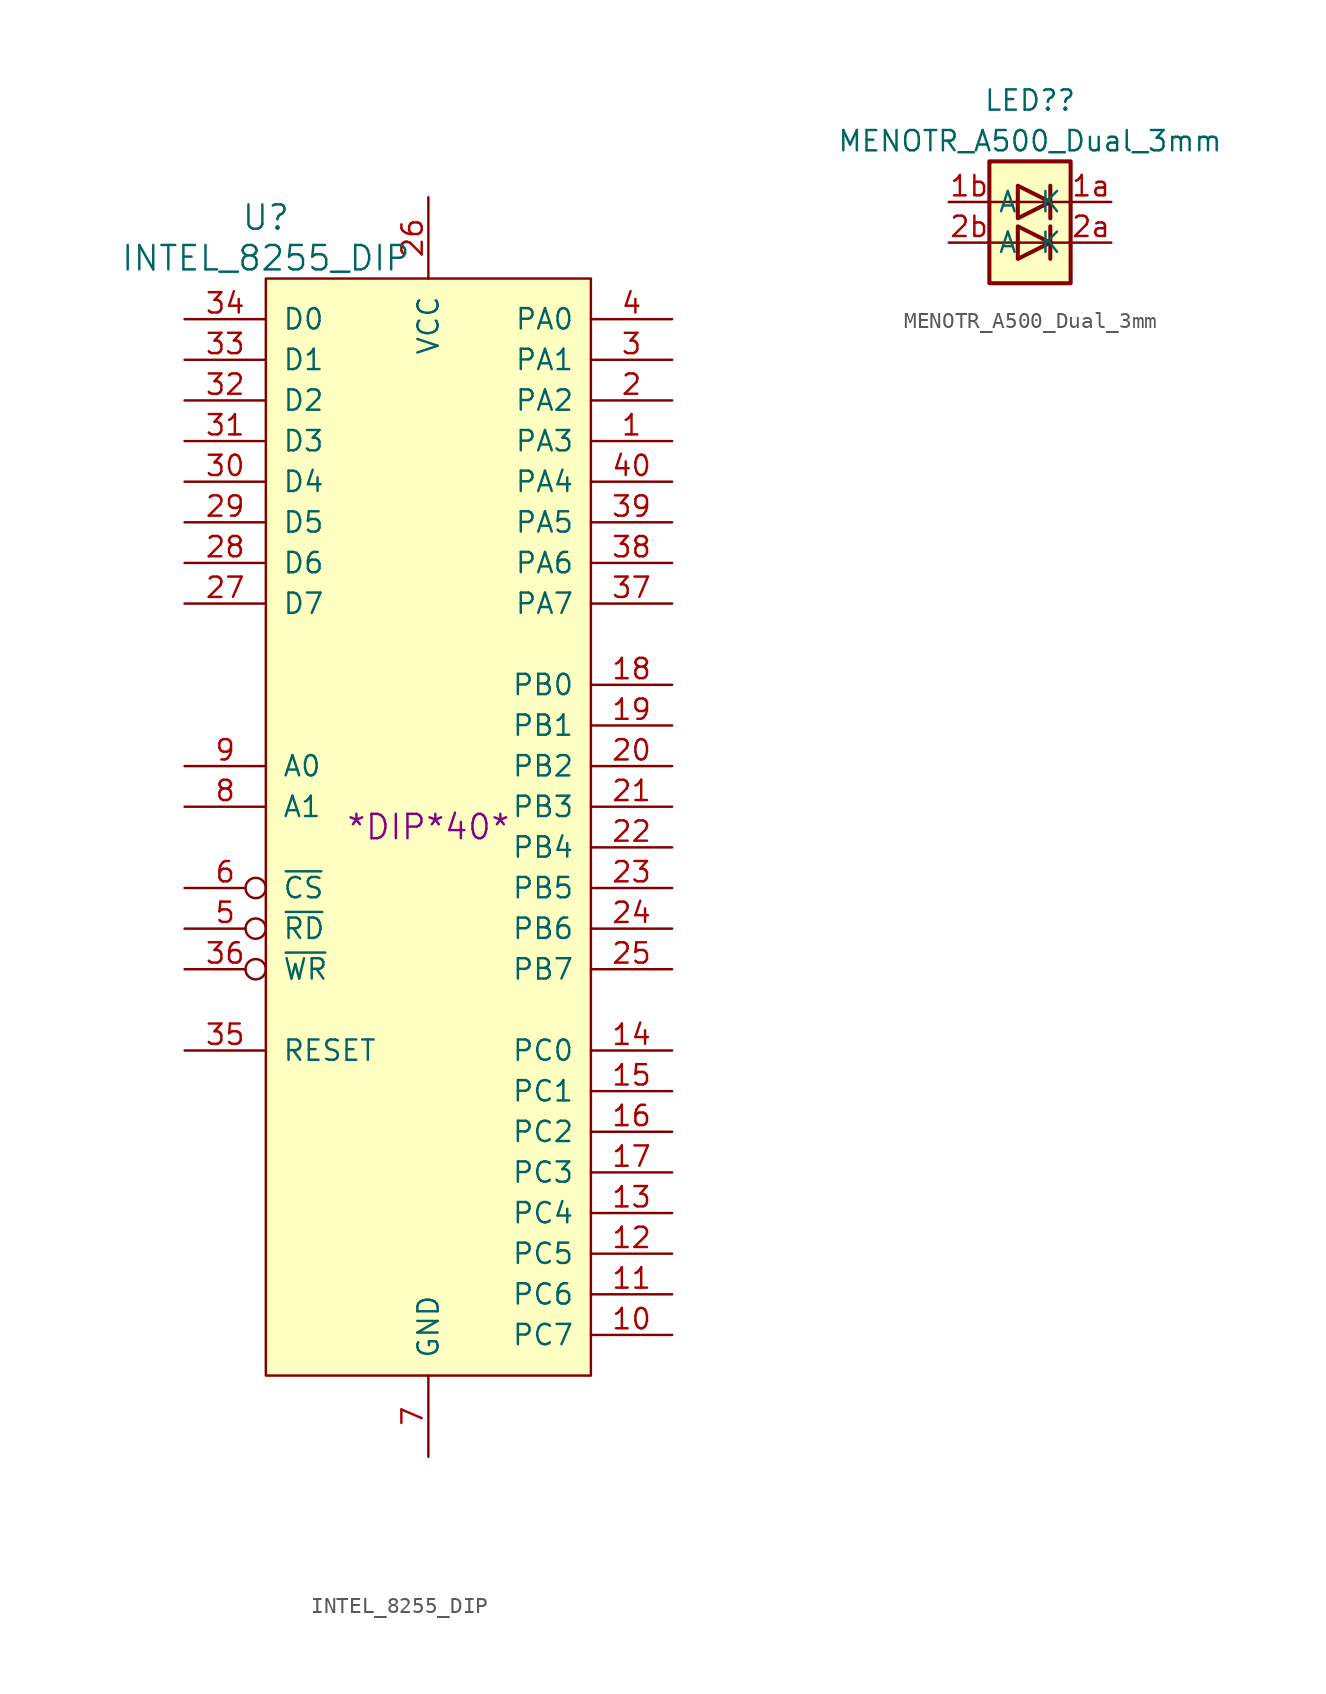
<source format=kicad_sym>
(kicad_symbol_lib
  (version 20211014)
  (generator kicad_symbol_editor)
  (symbol "INTEL_8255_DIP"
    (pin_names
      (offset 1.016))
    (property "Reference" "U"
      (at -10.16 38.1 0)
      (effects (font (size 1.524 1.524))))
    (property "Value" "INTEL_8255_DIP"
      (at -10.16 35.56 0)
      (effects (font (size 1.524 1.524))))
    (property "Footprint" "*DIP*40*"
      (at 0 0 0)
      (effects (font (size 1.524 1.524))))
    (property "Datasheet" ""
      (at 0 0 0)
      (effects (font (size 1.524 1.524))))
    (symbol "INTEL_8255_DIP_0_1"
      (rectangle (start 10.16 -34.29) (end -10.16 34.29) (stroke (width 0) (type default) (color 0 0 0 0)) (fill (type background))))
    (symbol "INTEL_8255_DIP_1_1"
      (pin tri_state line (at 15.24 24.13 180) (length 5.08) (name "PA3" (effects (font (size 1.27 1.27)))) (number "1" (effects (font (size 1.27 1.27)))))
      (pin tri_state line (at 15.24 -31.75 180) (length 5.08) (name "PC7" (effects (font (size 1.27 1.27)))) (number "10" (effects (font (size 1.27 1.27)))))
      (pin tri_state line (at 15.24 -29.21 180) (length 5.08) (name "PC6" (effects (font (size 1.27 1.27)))) (number "11" (effects (font (size 1.27 1.27)))))
      (pin tri_state line (at 15.24 -26.67 180) (length 5.08) (name "PC5" (effects (font (size 1.27 1.27)))) (number "12" (effects (font (size 1.27 1.27)))))
      (pin tri_state line (at 15.24 -24.13 180) (length 5.08) (name "PC4" (effects (font (size 1.27 1.27)))) (number "13" (effects (font (size 1.27 1.27)))))
      (pin tri_state line (at 15.24 -13.97 180) (length 5.08) (name "PC0" (effects (font (size 1.27 1.27)))) (number "14" (effects (font (size 1.27 1.27)))))
      (pin tri_state line (at 15.24 -16.51 180) (length 5.08) (name "PC1" (effects (font (size 1.27 1.27)))) (number "15" (effects (font (size 1.27 1.27)))))
      (pin tri_state line (at 15.24 -19.05 180) (length 5.08) (name "PC2" (effects (font (size 1.27 1.27)))) (number "16" (effects (font (size 1.27 1.27)))))
      (pin tri_state line (at 15.24 -21.59 180) (length 5.08) (name "PC3" (effects (font (size 1.27 1.27)))) (number "17" (effects (font (size 1.27 1.27)))))
      (pin tri_state line (at 15.24 8.89 180) (length 5.08) (name "PB0" (effects (font (size 1.27 1.27)))) (number "18" (effects (font (size 1.27 1.27)))))
      (pin tri_state line (at 15.24 6.35 180) (length 5.08) (name "PB1" (effects (font (size 1.27 1.27)))) (number "19" (effects (font (size 1.27 1.27)))))
      (pin tri_state line (at 15.24 26.67 180) (length 5.08) (name "PA2" (effects (font (size 1.27 1.27)))) (number "2" (effects (font (size 1.27 1.27)))))
      (pin tri_state line (at 15.24 3.81 180) (length 5.08) (name "PB2" (effects (font (size 1.27 1.27)))) (number "20" (effects (font (size 1.27 1.27)))))
      (pin tri_state line (at 15.24 1.27 180) (length 5.08) (name "PB3" (effects (font (size 1.27 1.27)))) (number "21" (effects (font (size 1.27 1.27)))))
      (pin tri_state line (at 15.24 -1.27 180) (length 5.08) (name "PB4" (effects (font (size 1.27 1.27)))) (number "22" (effects (font (size 1.27 1.27)))))
      (pin tri_state line (at 15.24 -3.81 180) (length 5.08) (name "PB5" (effects (font (size 1.27 1.27)))) (number "23" (effects (font (size 1.27 1.27)))))
      (pin tri_state line (at 15.24 -6.35 180) (length 5.08) (name "PB6" (effects (font (size 1.27 1.27)))) (number "24" (effects (font (size 1.27 1.27)))))
      (pin tri_state line (at 15.24 -8.89 180) (length 5.08) (name "PB7" (effects (font (size 1.27 1.27)))) (number "25" (effects (font (size 1.27 1.27)))))
      (pin power_in line (at 0 39.37 270) (length 5.08) (name "VCC" (effects (font (size 1.27 1.27)))) (number "26" (effects (font (size 1.27 1.27)))))
      (pin bidirectional line (at -15.24 13.97 0) (length 5.08) (name "D7" (effects (font (size 1.27 1.27)))) (number "27" (effects (font (size 1.27 1.27)))))
      (pin bidirectional line (at -15.24 16.51 0) (length 5.08) (name "D6" (effects (font (size 1.27 1.27)))) (number "28" (effects (font (size 1.27 1.27)))))
      (pin bidirectional line (at -15.24 19.05 0) (length 5.08) (name "D5" (effects (font (size 1.27 1.27)))) (number "29" (effects (font (size 1.27 1.27)))))
      (pin tri_state line (at 15.24 29.21 180) (length 5.08) (name "PA1" (effects (font (size 1.27 1.27)))) (number "3" (effects (font (size 1.27 1.27)))))
      (pin bidirectional line (at -15.24 21.59 0) (length 5.08) (name "D4" (effects (font (size 1.27 1.27)))) (number "30" (effects (font (size 1.27 1.27)))))
      (pin bidirectional line (at -15.24 24.13 0) (length 5.08) (name "D3" (effects (font (size 1.27 1.27)))) (number "31" (effects (font (size 1.27 1.27)))))
      (pin bidirectional line (at -15.24 26.67 0) (length 5.08) (name "D2" (effects (font (size 1.27 1.27)))) (number "32" (effects (font (size 1.27 1.27)))))
      (pin bidirectional line (at -15.24 29.21 0) (length 5.08) (name "D1" (effects (font (size 1.27 1.27)))) (number "33" (effects (font (size 1.27 1.27)))))
      (pin bidirectional line (at -15.24 31.75 0) (length 5.08) (name "D0" (effects (font (size 1.27 1.27)))) (number "34" (effects (font (size 1.27 1.27)))))
      (pin input line (at -15.24 -13.97 0) (length 5.08) (name "RESET" (effects (font (size 1.27 1.27)))) (number "35" (effects (font (size 1.27 1.27)))))
      (pin input inverted (at -15.24 -8.89 0) (length 5.08) (name "~{WR}" (effects (font (size 1.27 1.27)))) (number "36" (effects (font (size 1.27 1.27)))))
      (pin tri_state line (at 15.24 13.97 180) (length 5.08) (name "PA7" (effects (font (size 1.27 1.27)))) (number "37" (effects (font (size 1.27 1.27)))))
      (pin tri_state line (at 15.24 16.51 180) (length 5.08) (name "PA6" (effects (font (size 1.27 1.27)))) (number "38" (effects (font (size 1.27 1.27)))))
      (pin tri_state line (at 15.24 19.05 180) (length 5.08) (name "PA5" (effects (font (size 1.27 1.27)))) (number "39" (effects (font (size 1.27 1.27)))))
      (pin tri_state line (at 15.24 31.75 180) (length 5.08) (name "PA0" (effects (font (size 1.27 1.27)))) (number "4" (effects (font (size 1.27 1.27)))))
      (pin tri_state line (at 15.24 21.59 180) (length 5.08) (name "PA4" (effects (font (size 1.27 1.27)))) (number "40" (effects (font (size 1.27 1.27)))))
      (pin input inverted (at -15.24 -6.35 0) (length 5.08) (name "~{RD}" (effects (font (size 1.27 1.27)))) (number "5" (effects (font (size 1.27 1.27)))))
      (pin input inverted (at -15.24 -3.81 0) (length 5.08) (name "~{CS}" (effects (font (size 1.27 1.27)))) (number "6" (effects (font (size 1.27 1.27)))))
      (pin power_in line (at 0 -39.37 90) (length 5.08) (name "GND" (effects (font (size 1.27 1.27)))) (number "7" (effects (font (size 1.27 1.27)))))
      (pin input line (at -15.24 1.27 0) (length 5.08) (name "A1" (effects (font (size 1.27 1.27)))) (number "8" (effects (font (size 1.27 1.27)))))
      (pin input line (at -15.24 3.81 0) (length 5.08) (name "A0" (effects (font (size 1.27 1.27)))) (number "9" (effects (font (size 1.27 1.27)))))))
  (symbol "MENOTR_A500_Dual_3mm"
    (property "Reference" "LED?"
      (at 0 7.62 0)
      (effects (font (size 1.27 1.27))))
    (property "Value" "MENOTR_A500_Dual_3mm"
      (at 0 5.08 0)
      (effects (font (size 1.27 1.27))))
    (symbol "MENOTR_A500_Dual_3mm_0_1"
      (rectangle (start -2.54 3.81) (end 2.54 -3.81) (stroke (width 0.254) (type default) (color 0 0 0 0)) (fill (type background)))
      (polyline (pts (xy -2.54 -1.27) (xy 2.54 -1.27)) (stroke (width 0) (type default) (color 0 0 0 0)) (fill (type none)))
      (polyline (pts (xy -2.54 1.27) (xy 2.54 1.27)) (stroke (width 0) (type default) (color 0 0 0 0)) (fill (type none)))
      (polyline (pts (xy 1.27 -0.254) (xy 1.27 -2.286)) (stroke (width 0.254) (type default) (color 0 0 0 0)) (fill (type none)))
      (polyline (pts (xy 1.27 2.286) (xy 1.27 0.254)) (stroke (width 0.254) (type default) (color 0 0 0 0)) (fill (type none)))
      (polyline (pts (xy -0.762 -0.254) (xy -0.762 -2.286) (xy 1.27 -1.27) (xy -0.762 -0.254)) (stroke (width 0.254) (type default) (color 0 0 0 0)) (fill (type none)))
      (polyline (pts (xy -0.762 2.286) (xy -0.762 0.254) (xy 1.27 1.27) (xy -0.762 2.286)) (stroke (width 0.254) (type default) (color 0 0 0 0)) (fill (type none))))
    (symbol "MENOTR_A500_Dual_3mm_1_1"
      (pin passive line (at 5.08 1.27 180) (length 2.54) (name "K" (effects (font (size 1.27 1.27)))) (number "1a" (effects (font (size 1.27 1.27)))))
      (pin passive line (at -5.08 1.27 0) (length 2.54) (name "A" (effects (font (size 1.27 1.27)))) (number "1b" (effects (font (size 1.27 1.27)))))
      (pin passive line (at 5.08 -1.27 180) (length 2.54) (name "K" (effects (font (size 1.27 1.27)))) (number "2a" (effects (font (size 1.27 1.27)))))
      (pin passive line (at -5.08 -1.27 0) (length 2.54) (name "A" (effects (font (size 1.27 1.27)))) (number "2b" (effects (font (size 1.27 1.27))))))))
</source>
